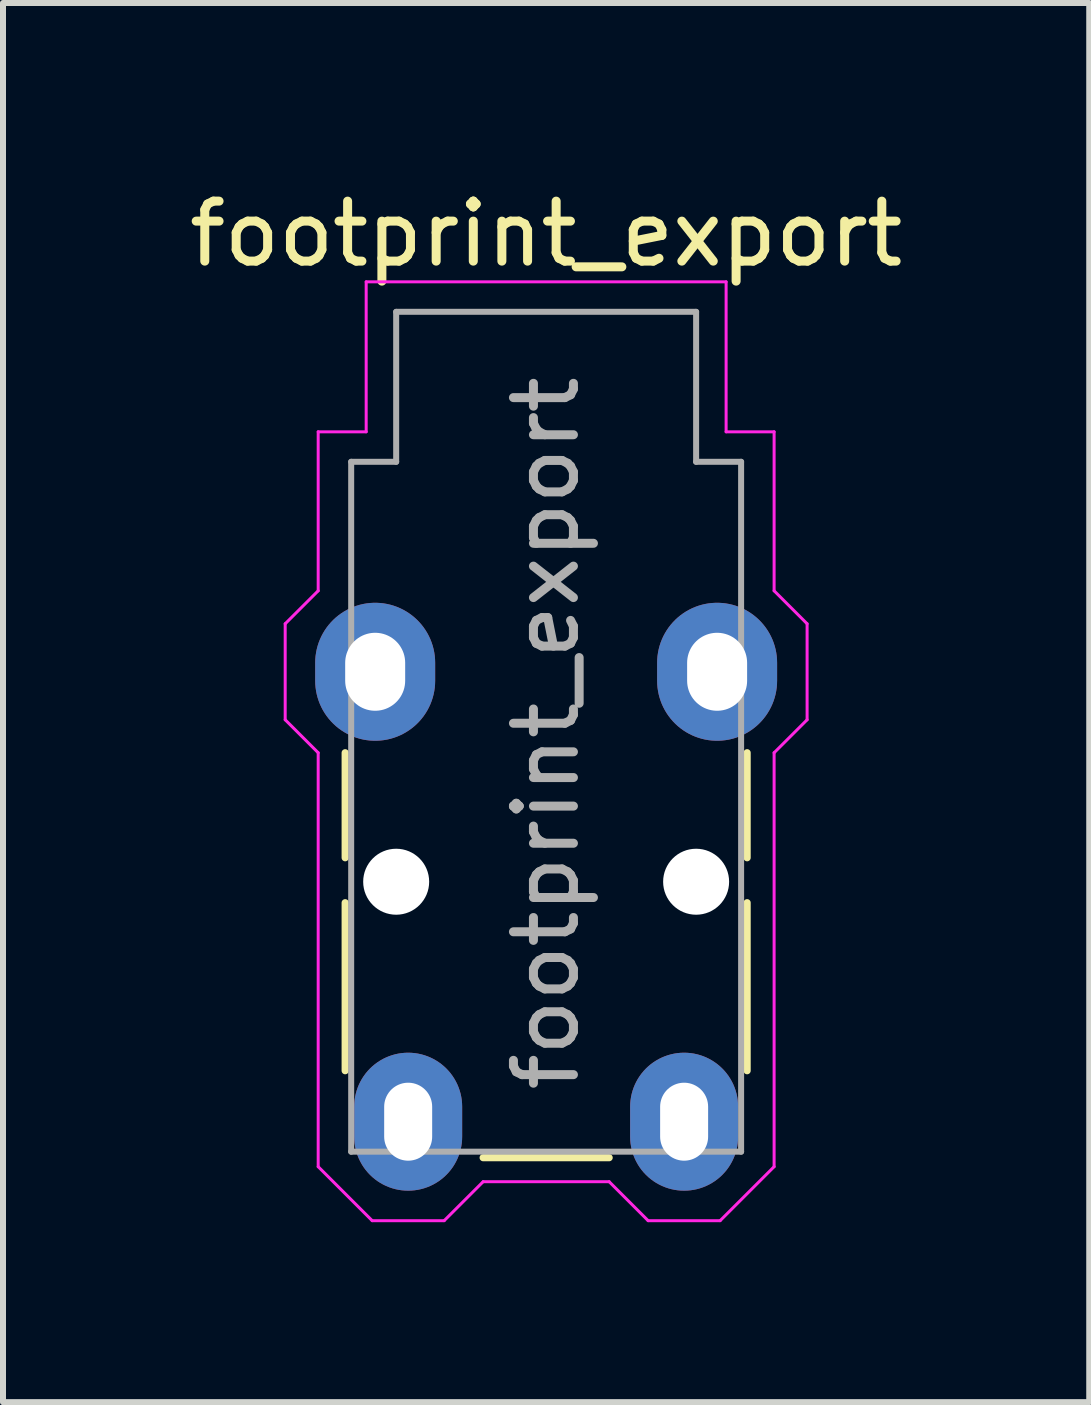
<source format=kicad_pcb>
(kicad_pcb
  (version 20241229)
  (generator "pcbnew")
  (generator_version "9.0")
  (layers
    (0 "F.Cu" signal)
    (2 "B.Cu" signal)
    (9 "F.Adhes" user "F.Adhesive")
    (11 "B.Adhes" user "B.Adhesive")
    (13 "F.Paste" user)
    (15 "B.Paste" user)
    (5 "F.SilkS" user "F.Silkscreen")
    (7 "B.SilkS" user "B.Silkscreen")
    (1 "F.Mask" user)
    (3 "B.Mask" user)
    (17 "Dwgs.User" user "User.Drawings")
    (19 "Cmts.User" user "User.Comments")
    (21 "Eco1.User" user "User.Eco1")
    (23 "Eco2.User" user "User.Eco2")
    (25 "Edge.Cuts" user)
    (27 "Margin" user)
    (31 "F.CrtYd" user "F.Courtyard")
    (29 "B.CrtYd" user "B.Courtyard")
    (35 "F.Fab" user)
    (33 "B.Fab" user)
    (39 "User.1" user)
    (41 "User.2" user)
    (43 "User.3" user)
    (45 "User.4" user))
  (footprint "footprint_export"
    (layer "F.Cu")
    (at 3.204 8.148)
    (property "Reference" "footprint_export" (at 2.85 -7.3 0) (unlocked yes) (layer "F.SilkS") (effects (font (size 1 1) (thickness 0.15))))
    (attr through_hole)
    (fp_line (start -0.5 1.35) (end -0.5 3.1) (stroke (width 0.12) (type solid)) (layer "F.SilkS"))
    (fp_line (start -0.5 3.85) (end -0.5 6.65) (stroke (width 0.12) (type solid)) (layer "F.SilkS"))
    (fp_line (start 1.8 8.1) (end 3.9 8.1) (stroke (width 0.12) (type solid)) (layer "F.SilkS"))
    (fp_line (start 6.2 1.35) (end 6.2 3.1) (stroke (width 0.12) (type solid)) (layer "F.SilkS"))
    (fp_line (start 6.2 3.85) (end 6.2 6.65) (stroke (width 0.12) (type solid)) (layer "F.SilkS"))
    (fp_line (start -1.5 -0.8) (end -1.5 0.8) (stroke (width 0.05) (type solid)) (layer "F.CrtYd"))
    (fp_line (start -1.5 0.8) (end -0.95 1.35) (stroke (width 0.05) (type default)) (layer "F.CrtYd"))
    (fp_line (start -0.95 -1.35) (end -1.5 -0.8) (stroke (width 0.05) (type default)) (layer "F.CrtYd"))
    (fp_line (start -0.95 -1.35) (end -0.95 -4) (stroke (width 0.05) (type default)) (layer "F.CrtYd"))
    (fp_line (start -0.95 1.35) (end -0.95 8.25) (stroke (width 0.05) (type default)) (layer "F.CrtYd"))
    (fp_line (start -0.95 8.25) (end -0.05 9.15) (stroke (width 0.05) (type default)) (layer "F.CrtYd"))
    (fp_line (start -0.15 -6.5) (end -0.15 -4) (stroke (width 0.05) (type default)) (layer "F.CrtYd"))
    (fp_line (start -0.15 -6.5) (end 5.85 -6.5) (stroke (width 0.05) (type solid)) (layer "F.CrtYd"))
    (fp_line (start -0.15 -4) (end -0.95 -4) (stroke (width 0.05) (type default)) (layer "F.CrtYd"))
    (fp_line (start -0.05 9.15) (end 1.15 9.15) (stroke (width 0.05) (type solid)) (layer "F.CrtYd"))
    (fp_line (start 1.15 9.15) (end 1.8 8.5) (stroke (width 0.05) (type default)) (layer "F.CrtYd"))
    (fp_line (start 1.8 8.5) (end 3.9 8.5) (stroke (width 0.05) (type default)) (layer "F.CrtYd"))
    (fp_line (start 3.9 8.5) (end 4.55 9.15) (stroke (width 0.05) (type default)) (layer "F.CrtYd"))
    (fp_line (start 4.55 9.15) (end 5.75 9.15) (stroke (width 0.05) (type solid)) (layer "F.CrtYd"))
    (fp_line (start 5.85 -6.5) (end 5.85 -4) (stroke (width 0.05) (type default)) (layer "F.CrtYd"))
    (fp_line (start 5.85 -4) (end 6.65 -4) (stroke (width 0.05) (type default)) (layer "F.CrtYd"))
    (fp_line (start 6.65 -1.35) (end 6.65 -4) (stroke (width 0.05) (type default)) (layer "F.CrtYd"))
    (fp_line (start 6.65 1.35) (end 6.65 8.25) (stroke (width 0.05) (type default)) (layer "F.CrtYd"))
    (fp_line (start 6.65 8.25) (end 5.75 9.15) (stroke (width 0.05) (type default)) (layer "F.CrtYd"))
    (fp_line (start 7.2 -0.8) (end 6.65 -1.35) (stroke (width 0.05) (type default)) (layer "F.CrtYd"))
    (fp_line (start 7.2 -0.8) (end 7.2 0.8) (stroke (width 0.05) (type solid)) (layer "F.CrtYd"))
    (fp_line (start 7.2 0.8) (end 6.65 1.35) (stroke (width 0.05) (type default)) (layer "F.CrtYd"))
    (fp_line (start -0.4 -3.5) (end 0.35 -3.5) (stroke (width 0.1) (type solid)) (layer "F.Fab"))
    (fp_line (start -0.4 8) (end -0.4 -3.5) (stroke (width 0.1) (type solid)) (layer "F.Fab"))
    (fp_line (start -0.4 8) (end 6.1 8) (stroke (width 0.1) (type solid)) (layer "F.Fab"))
    (fp_line (start 0.35 -6) (end 0.35 -3.5) (stroke (width 0.1) (type solid)) (layer "F.Fab"))
    (fp_line (start 0.35 -6) (end 5.35 -6) (stroke (width 0.1) (type solid)) (layer "F.Fab"))
    (fp_line (start 5.35 -3.5) (end 5.35 -6) (stroke (width 0.1) (type solid)) (layer "F.Fab"))
    (fp_line (start 5.35 -3.5) (end 6.1 -3.5) (stroke (width 0.1) (type solid)) (layer "F.Fab"))
    (fp_line (start 6.1 -3.5) (end 6.1 8) (stroke (width 0.1) (type solid)) (layer "F.Fab"))
    (fp_text user "${REFERENCE}" (at 2.85 1.025 90) (unlocked yes) (layer "F.Fab") (effects (font (size 1 1) (thickness 0.15))))
    (pad "" np_thru_hole circle (at 0.35 3.5) (size 1.1 1.1) (drill 1.1) (layers "*.Cu" "*.Mask"))
    (pad "" np_thru_hole circle (at 5.35 3.5) (size 1.1 1.1) (drill 1.1) (layers "*.Cu" "*.Mask"))
    (pad "R" thru_hole oval (at 5.15 7.5) (size 1.8 2.3) (drill oval 0.8 1.3) (layers "*.Cu" "*.Mask"))
    (pad "S" thru_hole oval (at 0.55 7.5) (size 1.8 2.3) (drill oval 0.8 1.3) (layers "*.Cu" "*.Mask"))
    (pad "T" thru_hole oval (at 0 0) (size 2 2.3) (drill oval 1 1.3) (layers "*.Cu" "*.Mask"))
    (pad "T" thru_hole oval (at 5.7 0) (size 2 2.3) (drill oval 1 1.3) (layers "*.Cu" "*.Mask")))
  (gr_rect
    (start -3 -3)
    (end 15.107 20.323)
    (stroke (width 0.1) (type default))
    (fill no)
    (layer "Edge.Cuts")))
</source>
